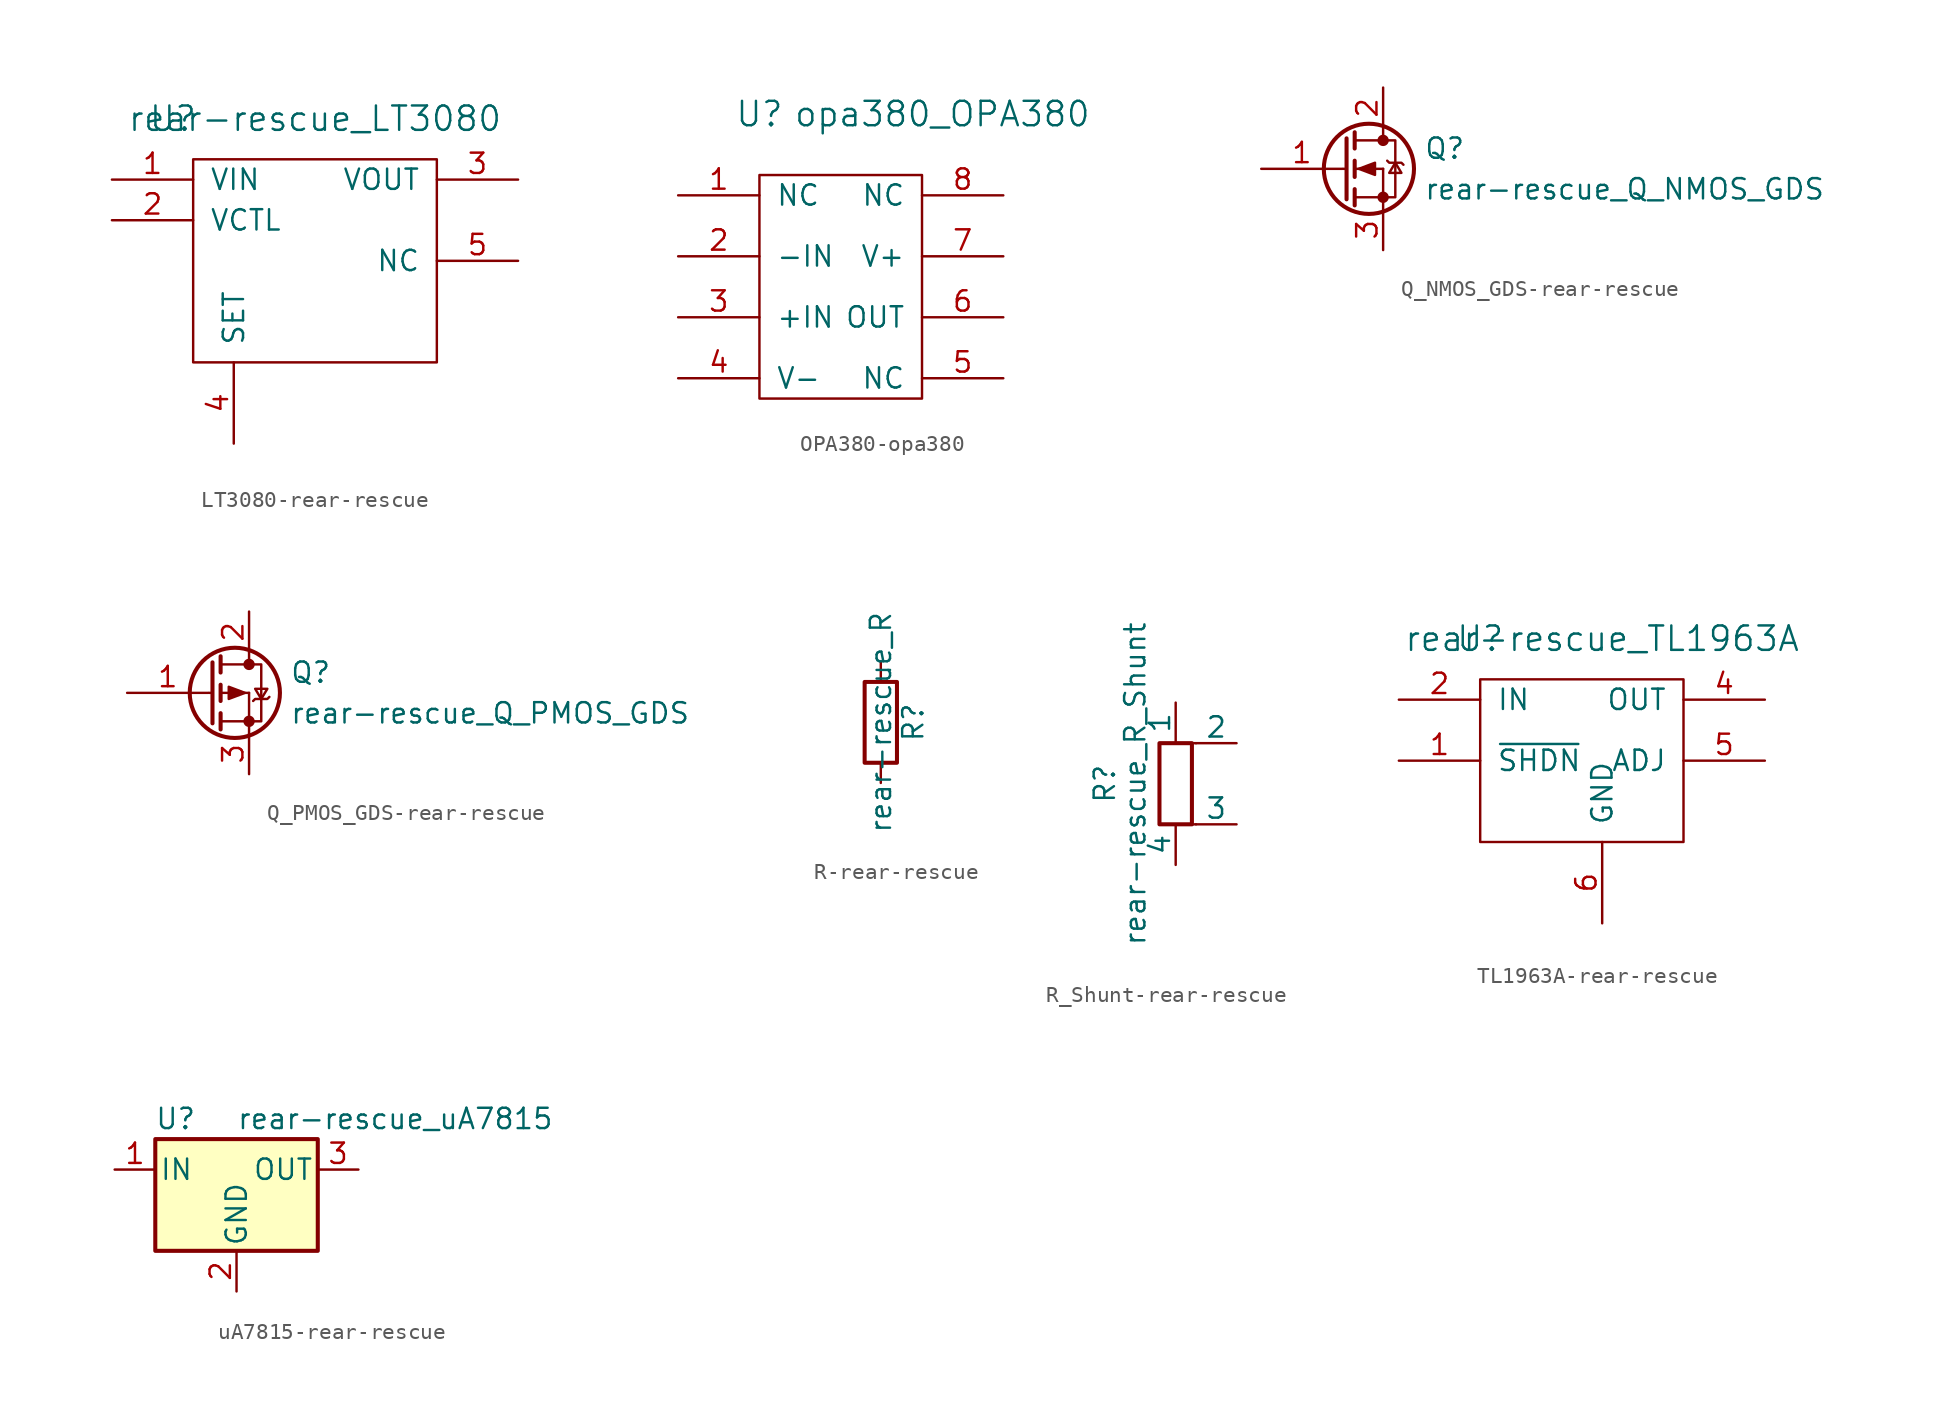
<source format=kicad_sym>
(kicad_symbol_lib
  (version 20220914)
  (generator kicad_symbol_editor)
  (symbol "LT3080-rear-rescue"
    (pin_names
      (offset 1.016))
    (property "Reference" "U"
      (at 0 0 0)
      (effects (font (size 1.524 1.524))))
    (property "Value" "rear-rescue_LT3080"
      (at 8.89 0 0)
      (effects (font (size 1.524 1.524))))
    (symbol "LT3080-rear-rescue_0_1"
      (rectangle (start 1.27 -2.54) (end 16.51 -15.24) (stroke (width 0) (type solid)) (fill (type none))))
    (symbol "LT3080-rear-rescue_1_1"
      (pin passive line (at -3.81 -3.81 0) (length 5.08) (name "VIN" (effects (font (size 1.27 1.27)))) (number "1" (effects (font (size 1.27 1.27)))))
      (pin passive line (at -3.81 -6.35 0) (length 5.08) (name "VCTL" (effects (font (size 1.27 1.27)))) (number "2" (effects (font (size 1.27 1.27)))))
      (pin passive line (at 21.59 -3.81 180) (length 5.08) (name "VOUT" (effects (font (size 1.27 1.27)))) (number "3" (effects (font (size 1.27 1.27)))))
      (pin passive line (at 3.81 -20.32 90) (length 5.08) (name "SET" (effects (font (size 1.27 1.27)))) (number "4" (effects (font (size 1.27 1.27)))))
      (pin passive line (at 21.59 -8.89 180) (length 5.08) (name "NC" (effects (font (size 1.27 1.27)))) (number "5" (effects (font (size 1.27 1.27)))))))
  (symbol "OPA380-opa380"
    (pin_names
      (offset 1.016))
    (property "Reference" "U"
      (at 0 0 0)
      (effects (font (size 1.524 1.524))))
    (property "Value" "opa380_OPA380"
      (at 11.43 0 0)
      (effects (font (size 1.524 1.524))))
    (symbol "OPA380-opa380_0_1"
      (rectangle (start 0 -3.81) (end 10.16 -17.78) (stroke (width 0) (type solid)) (fill (type none))))
    (symbol "OPA380-opa380_1_1"
      (pin passive line (at -5.08 -5.08 0) (length 5.08) (name "NC" (effects (font (size 1.27 1.27)))) (number "1" (effects (font (size 1.27 1.27)))))
      (pin passive line (at -5.08 -8.89 0) (length 5.08) (name "-IN" (effects (font (size 1.27 1.27)))) (number "2" (effects (font (size 1.27 1.27)))))
      (pin passive line (at -5.08 -12.7 0) (length 5.08) (name "+IN" (effects (font (size 1.27 1.27)))) (number "3" (effects (font (size 1.27 1.27)))))
      (pin passive line (at -5.08 -16.51 0) (length 5.08) (name "V-" (effects (font (size 1.27 1.27)))) (number "4" (effects (font (size 1.27 1.27)))))
      (pin passive line (at 15.24 -16.51 180) (length 5.08) (name "NC" (effects (font (size 1.27 1.27)))) (number "5" (effects (font (size 1.27 1.27)))))
      (pin passive line (at 15.24 -12.7 180) (length 5.08) (name "OUT" (effects (font (size 1.27 1.27)))) (number "6" (effects (font (size 1.27 1.27)))))
      (pin passive line (at 15.24 -8.89 180) (length 5.08) (name "V+" (effects (font (size 1.27 1.27)))) (number "7" (effects (font (size 1.27 1.27)))))
      (pin passive line (at 15.24 -5.08 180) (length 5.08) (name "NC" (effects (font (size 1.27 1.27)))) (number "8" (effects (font (size 1.27 1.27)))))))
  (symbol "Q_NMOS_GDS-rear-rescue"
    (pin_names
      (offset 0) hide)
    (property "Reference" "Q"
      (at 5.08 1.27 0)
      (effects (font (size 1.27 1.27)) (justify left)))
    (property "Value" "rear-rescue_Q_NMOS_GDS"
      (at 5.08 -1.27 0)
      (effects (font (size 1.27 1.27)) (justify left)))
    (symbol "Q_NMOS_GDS-rear-rescue_0_1"
      (polyline (pts (xy 0.051 0) (xy 0.254 0)) (stroke (width 0) (type solid)) (fill (type none)))
      (polyline (pts (xy 0.762 -1.778) (xy 2.54 -1.778)) (stroke (width 0) (type solid)) (fill (type none)))
      (polyline (pts (xy 0.762 -1.27) (xy 0.762 -2.286)) (stroke (width 0.254) (type solid)) (fill (type none)))
      (polyline (pts (xy 0.762 0) (xy 2.54 0)) (stroke (width 0) (type solid)) (fill (type none)))
      (polyline (pts (xy 0.762 0.508) (xy 0.762 -0.508)) (stroke (width 0.254) (type solid)) (fill (type none)))
      (polyline (pts (xy 0.762 1.778) (xy 2.54 1.778)) (stroke (width 0) (type solid)) (fill (type none)))
      (polyline (pts (xy 0.762 2.286) (xy 0.762 1.27)) (stroke (width 0.254) (type solid)) (fill (type none)))
      (polyline (pts (xy 2.54 -1.778) (xy 2.54 -2.54)) (stroke (width 0) (type solid)) (fill (type none)))
      (polyline (pts (xy 2.54 -1.778) (xy 2.54 0)) (stroke (width 0) (type solid)) (fill (type none)))
      (polyline (pts (xy 2.54 2.54) (xy 2.54 1.778)) (stroke (width 0) (type solid)) (fill (type none)))
      (polyline (pts (xy 0.254 1.905) (xy 0.254 -1.905) (xy 0.254 -1.905)) (stroke (width 0.254) (type solid)) (fill (type none)))
      (polyline (pts (xy 1.016 0) (xy 2.032 0.381) (xy 2.032 -0.381) (xy 1.016 0)) (stroke (width 0) (type solid)) (fill (type outline)))
      (polyline (pts (xy 2.54 -1.778) (xy 3.302 -1.778) (xy 3.302 1.778) (xy 2.54 1.778)) (stroke (width 0) (type solid)) (fill (type none)))
      (polyline (pts (xy 2.794 0.508) (xy 2.921 0.381) (xy 3.683 0.381) (xy 3.81 0.254)) (stroke (width 0) (type solid)) (fill (type none)))
      (polyline (pts (xy 3.302 0.381) (xy 2.921 -0.254) (xy 3.683 -0.254) (xy 3.302 0.381)) (stroke (width 0) (type solid)) (fill (type none)))
      (circle (center 1.651 0) (radius 2.819) (stroke (width 0.254) (type solid)) (fill (type none)))
      (circle (center 2.54 -1.778) (radius 0.279) (stroke (width 0) (type solid)) (fill (type outline)))
      (circle (center 2.54 1.778) (radius 0.279) (stroke (width 0) (type solid)) (fill (type outline))))
    (symbol "Q_NMOS_GDS-rear-rescue_1_1"
      (pin input line (at -5.08 0 0) (length 5.08) (name "G" (effects (font (size 1.27 1.27)))) (number "1" (effects (font (size 1.27 1.27)))))
      (pin passive line (at 2.54 5.08 270) (length 2.54) (name "D" (effects (font (size 1.27 1.27)))) (number "2" (effects (font (size 1.27 1.27)))))
      (pin passive line (at 2.54 -5.08 90) (length 2.54) (name "S" (effects (font (size 1.27 1.27)))) (number "3" (effects (font (size 1.27 1.27)))))))
  (symbol "Q_PMOS_GDS-rear-rescue"
    (pin_names
      (offset 0) hide)
    (property "Reference" "Q"
      (at 5.08 1.27 0)
      (effects (font (size 1.27 1.27)) (justify left)))
    (property "Value" "rear-rescue_Q_PMOS_GDS"
      (at 5.08 -1.27 0)
      (effects (font (size 1.27 1.27)) (justify left)))
    (symbol "Q_PMOS_GDS-rear-rescue_0_1"
      (polyline (pts (xy 0.051 0) (xy 0.254 0)) (stroke (width 0) (type solid)) (fill (type none)))
      (polyline (pts (xy 0.762 -1.778) (xy 2.54 -1.778)) (stroke (width 0) (type solid)) (fill (type none)))
      (polyline (pts (xy 0.762 -1.27) (xy 0.762 -2.286)) (stroke (width 0.254) (type solid)) (fill (type none)))
      (polyline (pts (xy 0.762 0) (xy 2.54 0)) (stroke (width 0) (type solid)) (fill (type none)))
      (polyline (pts (xy 0.762 0.508) (xy 0.762 -0.508)) (stroke (width 0.254) (type solid)) (fill (type none)))
      (polyline (pts (xy 0.762 1.778) (xy 2.54 1.778)) (stroke (width 0) (type solid)) (fill (type none)))
      (polyline (pts (xy 0.762 2.286) (xy 0.762 1.27)) (stroke (width 0.254) (type solid)) (fill (type none)))
      (polyline (pts (xy 2.54 -1.778) (xy 2.54 -2.54)) (stroke (width 0) (type solid)) (fill (type none)))
      (polyline (pts (xy 2.54 -1.778) (xy 2.54 0)) (stroke (width 0) (type solid)) (fill (type none)))
      (polyline (pts (xy 2.54 2.54) (xy 2.54 1.778)) (stroke (width 0) (type solid)) (fill (type none)))
      (polyline (pts (xy 0.254 1.905) (xy 0.254 -1.905) (xy 0.254 -1.905)) (stroke (width 0.254) (type solid)) (fill (type none)))
      (polyline (pts (xy 2.286 0) (xy 1.27 -0.381) (xy 1.27 0.381) (xy 2.286 0)) (stroke (width 0) (type solid)) (fill (type outline)))
      (polyline (pts (xy 2.54 -1.778) (xy 3.302 -1.778) (xy 3.302 1.778) (xy 2.54 1.778)) (stroke (width 0) (type solid)) (fill (type none)))
      (polyline (pts (xy 2.794 -0.508) (xy 2.921 -0.381) (xy 3.683 -0.381) (xy 3.81 -0.254)) (stroke (width 0) (type solid)) (fill (type none)))
      (polyline (pts (xy 3.302 -0.381) (xy 2.921 0.254) (xy 3.683 0.254) (xy 3.302 -0.381)) (stroke (width 0) (type solid)) (fill (type none)))
      (circle (center 1.651 0) (radius 2.819) (stroke (width 0.254) (type solid)) (fill (type none)))
      (circle (center 2.54 -1.778) (radius 0.279) (stroke (width 0) (type solid)) (fill (type outline)))
      (circle (center 2.54 1.778) (radius 0.279) (stroke (width 0) (type solid)) (fill (type outline))))
    (symbol "Q_PMOS_GDS-rear-rescue_1_1"
      (pin input line (at -5.08 0 0) (length 5.08) (name "G" (effects (font (size 1.27 1.27)))) (number "1" (effects (font (size 1.27 1.27)))))
      (pin passive line (at 2.54 5.08 270) (length 2.54) (name "D" (effects (font (size 1.27 1.27)))) (number "2" (effects (font (size 1.27 1.27)))))
      (pin passive line (at 2.54 -5.08 90) (length 2.54) (name "S" (effects (font (size 1.27 1.27)))) (number "3" (effects (font (size 1.27 1.27)))))))
  (symbol "R-rear-rescue"
    (pin_numbers hide)
    (pin_names
      (offset 0))
    (property "Reference" "R"
      (at 2.032 0 90)
      (effects (font (size 1.27 1.27))))
    (property "Value" "rear-rescue_R"
      (at 0 0 90)
      (effects (font (size 1.27 1.27))))
    (symbol "R-rear-rescue_0_1"
      (rectangle (start -1.016 -2.54) (end 1.016 2.54) (stroke (width 0.254) (type solid)) (fill (type none))))
    (symbol "R-rear-rescue_1_1"
      (pin passive line (at 0 3.81 270) (length 1.27) (name "~" (effects (font (size 1.27 1.27)))) (number "1" (effects (font (size 1.27 1.27)))))
      (pin passive line (at 0 -3.81 90) (length 1.27) (name "~" (effects (font (size 1.27 1.27)))) (number "2" (effects (font (size 1.27 1.27)))))))
  (symbol "R_Shunt-rear-rescue"
    (pin_numbers hide)
    (pin_names
      (offset 0))
    (property "Reference" "R"
      (at -4.445 0 90)
      (effects (font (size 1.27 1.27))))
    (property "Value" "rear-rescue_R_Shunt"
      (at -2.54 0 90)
      (effects (font (size 1.27 1.27))))
    (symbol "R_Shunt-rear-rescue_0_1"
      (rectangle (start -1.016 -2.54) (end 1.016 2.54) (stroke (width 0.254) (type solid)) (fill (type none)))
      (polyline (pts (xy 0 -2.54) (xy 1.27 -2.54)) (stroke (width 0) (type solid)) (fill (type none)))
      (polyline (pts (xy 1.27 2.54) (xy 0 2.54)) (stroke (width 0) (type solid)) (fill (type none))))
    (symbol "R_Shunt-rear-rescue_1_1"
      (pin passive line (at 0 5.08 270) (length 2.54) (name "1" (effects (font (size 1.27 1.27)))) (number "1" (effects (font (size 1.27 1.27)))))
      (pin passive line (at 3.81 2.54 180) (length 2.54) (name "2" (effects (font (size 1.27 1.27)))) (number "2" (effects (font (size 1.27 1.27)))))
      (pin passive line (at 3.81 -2.54 180) (length 2.54) (name "3" (effects (font (size 1.27 1.27)))) (number "3" (effects (font (size 1.27 1.27)))))
      (pin passive line (at 0 -5.08 90) (length 2.54) (name "4" (effects (font (size 1.27 1.27)))) (number "4" (effects (font (size 1.27 1.27)))))))
  (symbol "TL1963A-rear-rescue"
    (pin_names
      (offset 1.016))
    (property "Reference" "U"
      (at 0 0 0)
      (effects (font (size 1.524 1.524))))
    (property "Value" "rear-rescue_TL1963A"
      (at 7.62 0 0)
      (effects (font (size 1.524 1.524))))
    (symbol "TL1963A-rear-rescue_0_1"
      (rectangle (start 0 -2.54) (end 12.7 -12.7) (stroke (width 0) (type solid)) (fill (type none))))
    (symbol "TL1963A-rear-rescue_1_1"
      (pin passive line (at -5.08 -7.62 0) (length 5.08) (name "~{SHDN}" (effects (font (size 1.27 1.27)))) (number "1" (effects (font (size 1.27 1.27)))))
      (pin passive line (at -5.08 -3.81 0) (length 5.08) (name "IN" (effects (font (size 1.27 1.27)))) (number "2" (effects (font (size 1.27 1.27)))))
      (pin passive line (at 17.78 -3.81 180) (length 5.08) (name "OUT" (effects (font (size 1.27 1.27)))) (number "4" (effects (font (size 1.27 1.27)))))
      (pin passive line (at 17.78 -7.62 180) (length 5.08) (name "ADJ" (effects (font (size 1.27 1.27)))) (number "5" (effects (font (size 1.27 1.27)))))
      (pin passive line (at 7.62 -17.78 90) (length 5.08) (name "GND" (effects (font (size 1.27 1.27)))) (number "6" (effects (font (size 1.27 1.27)))))))
  (symbol "uA7815-rear-rescue"
    (pin_names
      (offset 0.254))
    (property "Reference" "U"
      (at -3.81 3.175 0)
      (effects (font (size 1.27 1.27))))
    (property "Value" "rear-rescue_uA7815"
      (at 0 3.175 0)
      (effects (font (size 1.27 1.27)) (justify left)))
    (symbol "uA7815-rear-rescue_0_1"
      (rectangle (start -5.08 1.905) (end 5.08 -5.08) (stroke (width 0.254) (type solid)) (fill (type background))))
    (symbol "uA7815-rear-rescue_1_1"
      (pin power_in line (at -7.62 0 0) (length 2.54) (name "IN" (effects (font (size 1.27 1.27)))) (number "1" (effects (font (size 1.27 1.27)))))
      (pin power_in line (at 0 -7.62 90) (length 2.54) (name "GND" (effects (font (size 1.27 1.27)))) (number "2" (effects (font (size 1.27 1.27)))))
      (pin power_out line (at 7.62 0 180) (length 2.54) (name "OUT" (effects (font (size 1.27 1.27)))) (number "3" (effects (font (size 1.27 1.27))))))))
</source>
